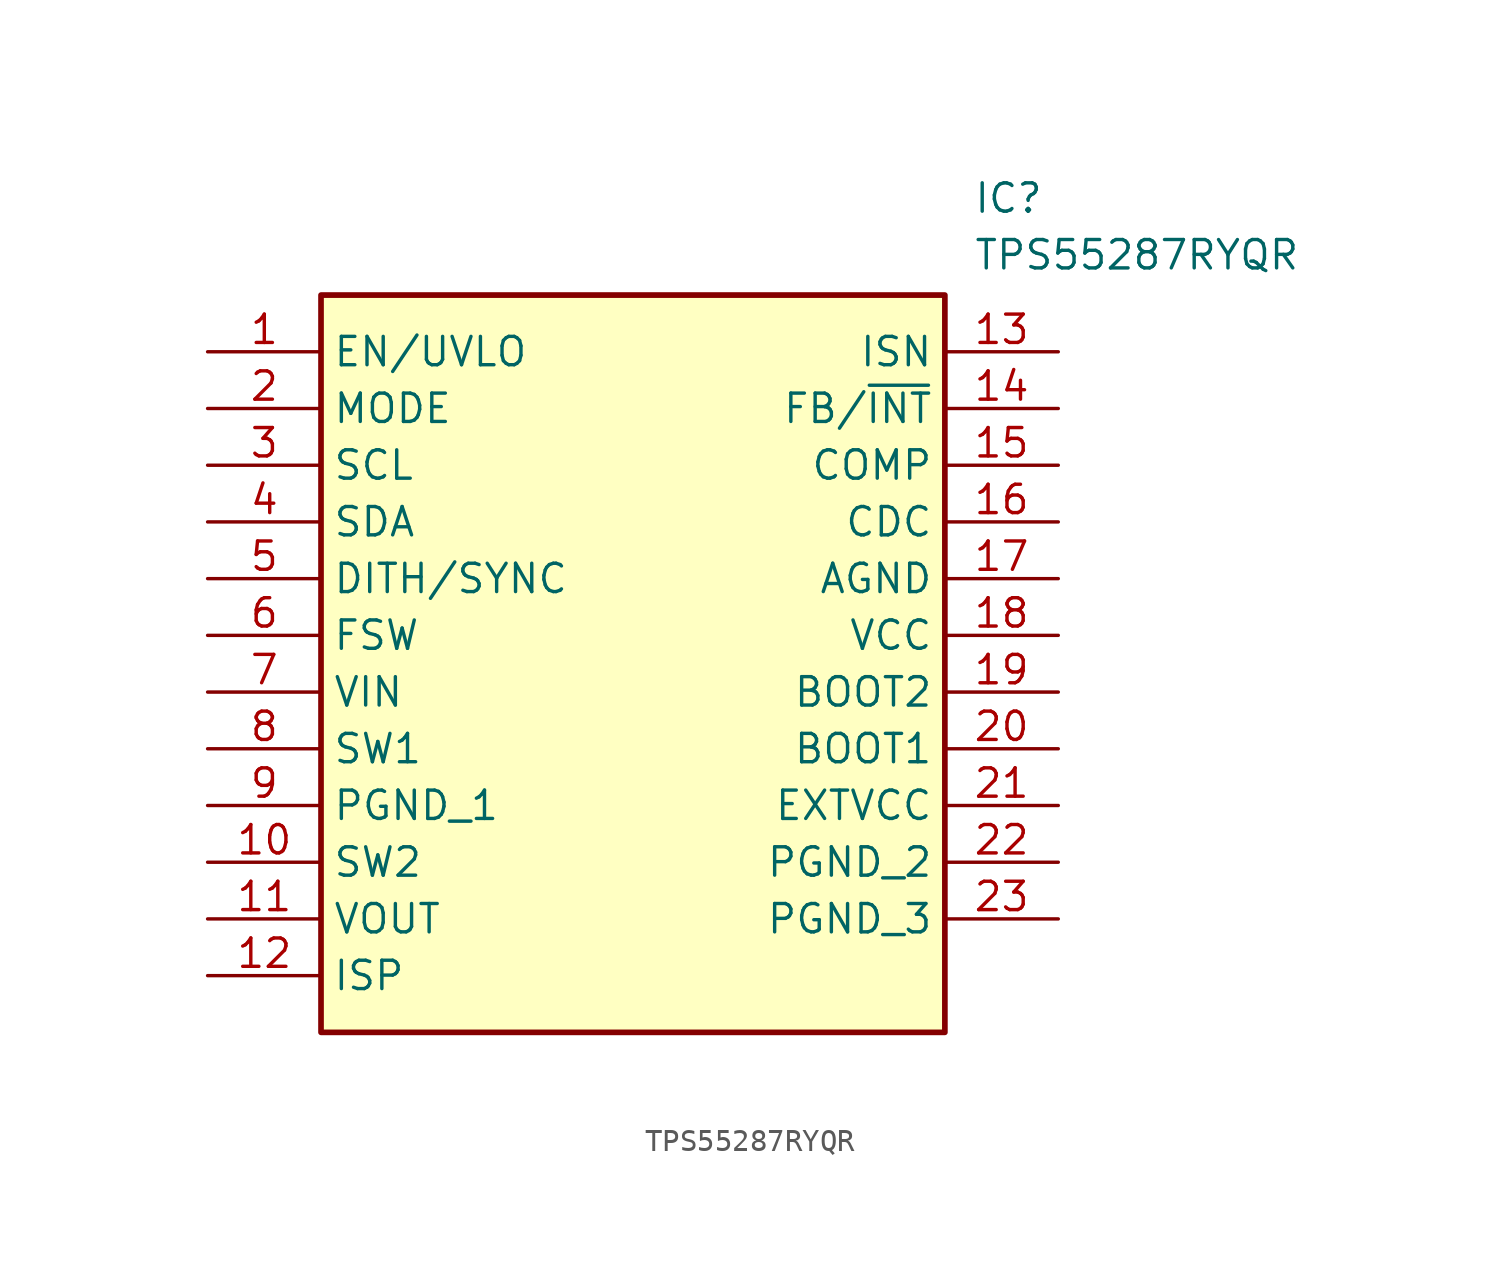
<source format=kicad_sym>
(kicad_symbol_lib
  (version 20211014)
  (generator SamacSys_ECAD_Model)
  (symbol "TPS55287RYQR"
    (property "Reference" "IC"
      (at 34.29 7.62 0)
      (effects (font (size 1.27 1.27)) (justify left top)))
    (property "Value" "TPS55287RYQR"
      (at 34.29 5.08 0)
      (effects (font (size 1.27 1.27)) (justify left top)))
    (rectangle
      (start 5.08 2.54)
      (end 33.02 -30.48)
      (stroke (width 0.254) (type default))
      (fill (type background)))
    (pin passive line
      (at 0 0 0)
      (length 5.08)
      (name "EN/UVLO" (effects (font (size 1.27 1.27))))
      (number "1" (effects (font (size 1.27 1.27)))))
    (pin passive line
      (at 0 -2.54 0)
      (length 5.08)
      (name "MODE" (effects (font (size 1.27 1.27))))
      (number "2" (effects (font (size 1.27 1.27)))))
    (pin passive line
      (at 0 -5.08 0)
      (length 5.08)
      (name "SCL" (effects (font (size 1.27 1.27))))
      (number "3" (effects (font (size 1.27 1.27)))))
    (pin passive line
      (at 0 -7.62 0)
      (length 5.08)
      (name "SDA" (effects (font (size 1.27 1.27))))
      (number "4" (effects (font (size 1.27 1.27)))))
    (pin passive line
      (at 0 -10.16 0)
      (length 5.08)
      (name "DITH/SYNC" (effects (font (size 1.27 1.27))))
      (number "5" (effects (font (size 1.27 1.27)))))
    (pin passive line
      (at 0 -12.7 0)
      (length 5.08)
      (name "FSW" (effects (font (size 1.27 1.27))))
      (number "6" (effects (font (size 1.27 1.27)))))
    (pin passive line
      (at 0 -15.24 0)
      (length 5.08)
      (name "VIN" (effects (font (size 1.27 1.27))))
      (number "7" (effects (font (size 1.27 1.27)))))
    (pin passive line
      (at 0 -17.78 0)
      (length 5.08)
      (name "SW1" (effects (font (size 1.27 1.27))))
      (number "8" (effects (font (size 1.27 1.27)))))
    (pin passive line
      (at 0 -20.32 0)
      (length 5.08)
      (name "PGND_1" (effects (font (size 1.27 1.27))))
      (number "9" (effects (font (size 1.27 1.27)))))
    (pin passive line
      (at 0 -22.86 0)
      (length 5.08)
      (name "SW2" (effects (font (size 1.27 1.27))))
      (number "10" (effects (font (size 1.27 1.27)))))
    (pin passive line
      (at 0 -25.4 0)
      (length 5.08)
      (name "VOUT" (effects (font (size 1.27 1.27))))
      (number "11" (effects (font (size 1.27 1.27)))))
    (pin passive line
      (at 0 -27.94 0)
      (length 5.08)
      (name "ISP" (effects (font (size 1.27 1.27))))
      (number "12" (effects (font (size 1.27 1.27)))))
    (pin passive line
      (at 38.1 0 180)
      (length 5.08)
      (name "ISN" (effects (font (size 1.27 1.27))))
      (number "13" (effects (font (size 1.27 1.27)))))
    (pin passive line
      (at 38.1 -2.54 180)
      (length 5.08)
      (name "FB/~{INT}" (effects (font (size 1.27 1.27))))
      (number "14" (effects (font (size 1.27 1.27)))))
    (pin passive line
      (at 38.1 -5.08 180)
      (length 5.08)
      (name "COMP" (effects (font (size 1.27 1.27))))
      (number "15" (effects (font (size 1.27 1.27)))))
    (pin passive line
      (at 38.1 -7.62 180)
      (length 5.08)
      (name "CDC" (effects (font (size 1.27 1.27))))
      (number "16" (effects (font (size 1.27 1.27)))))
    (pin passive line
      (at 38.1 -10.16 180)
      (length 5.08)
      (name "AGND" (effects (font (size 1.27 1.27))))
      (number "17" (effects (font (size 1.27 1.27)))))
    (pin passive line
      (at 38.1 -12.7 180)
      (length 5.08)
      (name "VCC" (effects (font (size 1.27 1.27))))
      (number "18" (effects (font (size 1.27 1.27)))))
    (pin passive line
      (at 38.1 -15.24 180)
      (length 5.08)
      (name "BOOT2" (effects (font (size 1.27 1.27))))
      (number "19" (effects (font (size 1.27 1.27)))))
    (pin passive line
      (at 38.1 -17.78 180)
      (length 5.08)
      (name "BOOT1" (effects (font (size 1.27 1.27))))
      (number "20" (effects (font (size 1.27 1.27)))))
    (pin passive line
      (at 38.1 -20.32 180)
      (length 5.08)
      (name "EXTVCC" (effects (font (size 1.27 1.27))))
      (number "21" (effects (font (size 1.27 1.27)))))
    (pin passive line
      (at 38.1 -22.86 180)
      (length 5.08)
      (name "PGND_2" (effects (font (size 1.27 1.27))))
      (number "22" (effects (font (size 1.27 1.27)))))
    (pin passive line
      (at 38.1 -25.4 180)
      (length 5.08)
      (name "PGND_3" (effects (font (size 1.27 1.27))))
      (number "23" (effects (font (size 1.27 1.27)))))))
</source>
